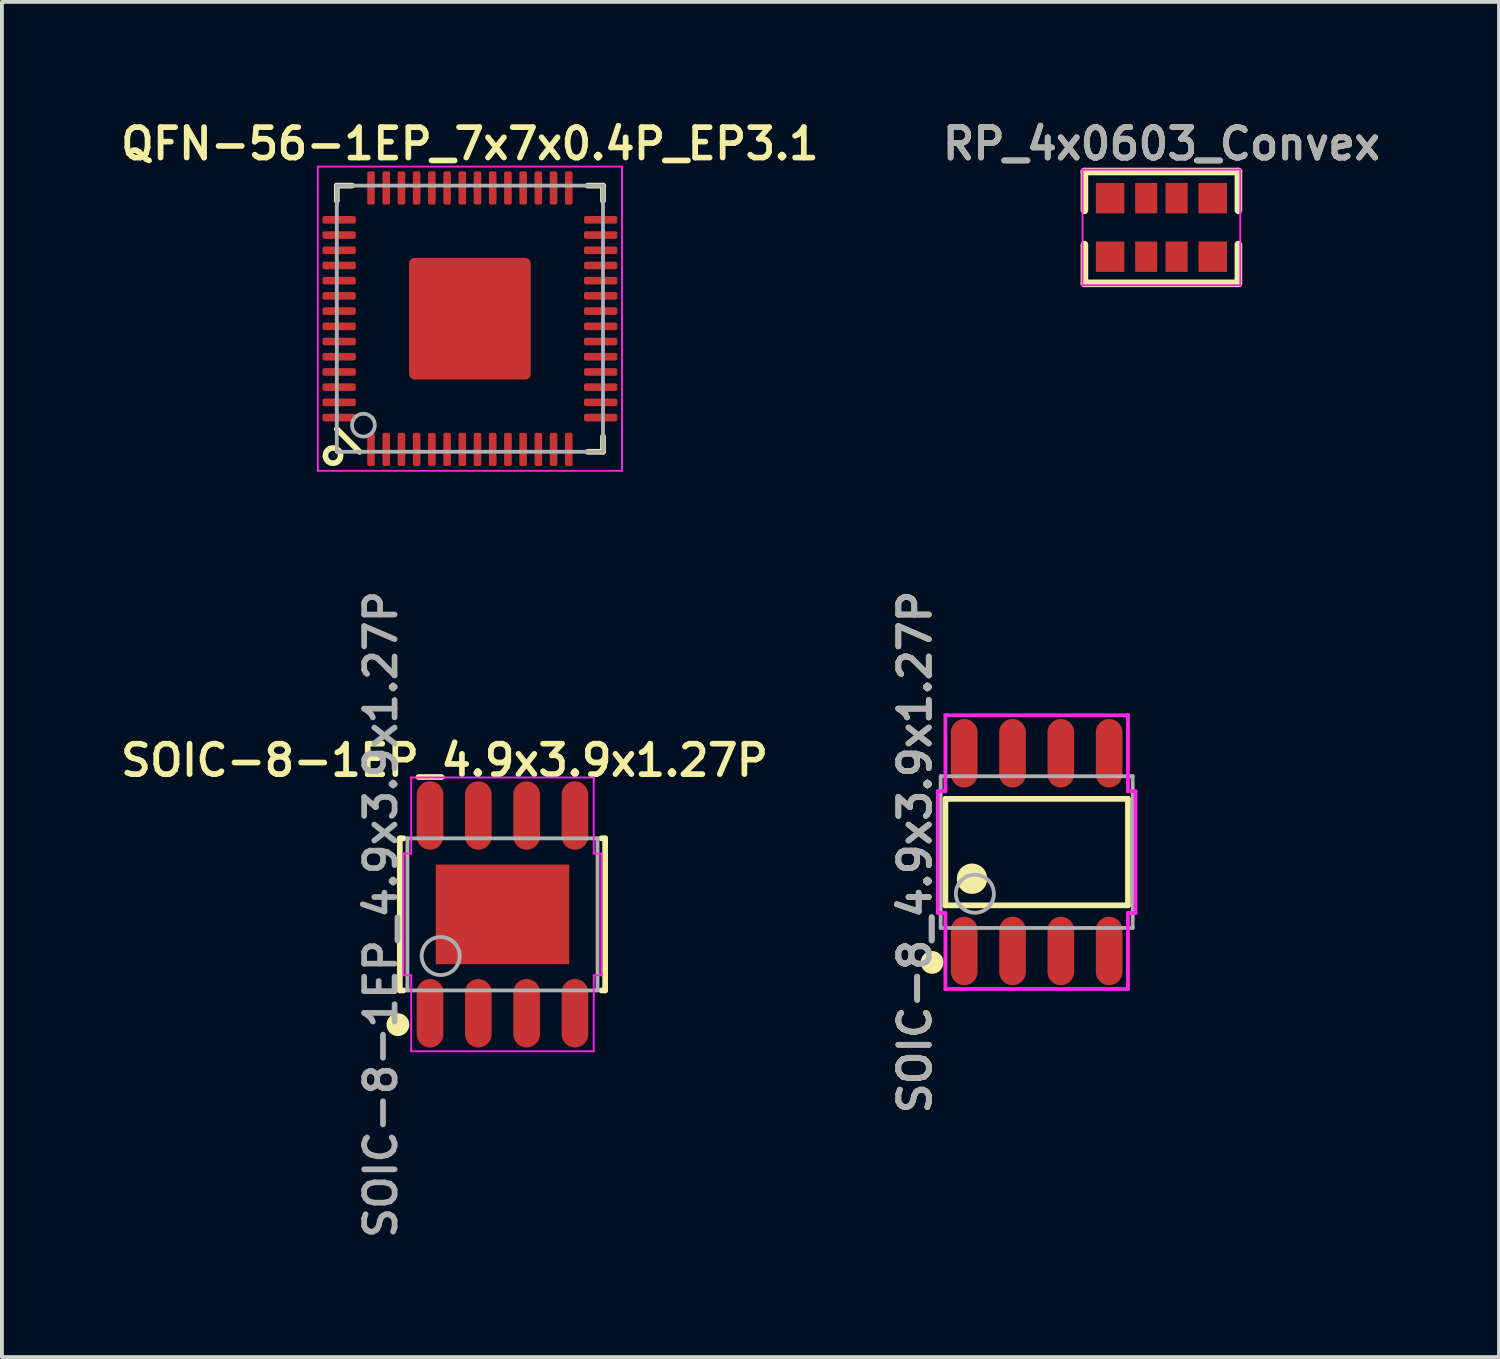
<source format=kicad_pcb>
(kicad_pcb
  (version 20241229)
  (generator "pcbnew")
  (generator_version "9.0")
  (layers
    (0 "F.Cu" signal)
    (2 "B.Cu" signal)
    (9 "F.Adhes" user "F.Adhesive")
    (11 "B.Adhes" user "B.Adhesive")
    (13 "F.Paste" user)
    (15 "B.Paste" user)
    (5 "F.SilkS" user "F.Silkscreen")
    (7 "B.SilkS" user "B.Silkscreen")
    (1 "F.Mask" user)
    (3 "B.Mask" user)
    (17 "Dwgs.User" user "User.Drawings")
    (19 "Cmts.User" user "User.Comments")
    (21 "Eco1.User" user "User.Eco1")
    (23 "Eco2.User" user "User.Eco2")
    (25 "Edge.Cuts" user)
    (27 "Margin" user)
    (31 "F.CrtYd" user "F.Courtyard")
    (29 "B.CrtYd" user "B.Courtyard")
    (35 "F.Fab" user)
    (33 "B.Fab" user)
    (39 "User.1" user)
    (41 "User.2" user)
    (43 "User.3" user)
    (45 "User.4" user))
  (footprint "SOIC-8_4.9x3.9x1.27P"
    (layer "F.Cu")
    (at 24.212 19.358)
    (property "Reference" "SOIC-8_4.9x3.9x1.27P" (at -3.2 0 90) (layer "F.SilkS") (effects (font (size 0.8 0.8) (thickness 0.15))))
    (attr through_hole)
    (fp_line (start -2.4 -1.4) (end 2.4 -1.4) (stroke (width 0.15) (type solid)) (layer "F.SilkS"))
    (fp_line (start -2.4 1.4) (end -2.4 -1.4) (stroke (width 0.15) (type solid)) (layer "F.SilkS"))
    (fp_line (start -2.4 1.4) (end 2.4 1.4) (stroke (width 0.15) (type solid)) (layer "F.SilkS"))
    (fp_line (start 2.4 1.4) (end 2.4 -1.4) (stroke (width 0.15) (type solid)) (layer "F.SilkS"))
    (fp_circle (center -2.75 2.9) (end -2.6 2.9) (stroke (width 0.3) (type solid)) (fill no) (layer "F.SilkS"))
    (fp_circle (center -1.7 0.7) (end -1.5 0.7) (stroke (width 0.4) (type solid)) (fill no) (layer "F.SilkS"))
    (fp_line (start -2.6 -1.6) (end -2.6 1.6) (stroke (width 0.1) (type solid)) (layer "F.CrtYd"))
    (fp_line (start -2.6 1.6) (end -2.4 1.6) (stroke (width 0.1) (type solid)) (layer "F.CrtYd"))
    (fp_line (start -2.4 -3.6) (end -2.4 -1.6) (stroke (width 0.1) (type solid)) (layer "F.CrtYd"))
    (fp_line (start -2.4 -1.6) (end -2.6 -1.6) (stroke (width 0.1) (type solid)) (layer "F.CrtYd"))
    (fp_line (start -2.4 1.6) (end -2.4 3.6) (stroke (width 0.1) (type solid)) (layer "F.CrtYd"))
    (fp_line (start -2.4 3.6) (end 2.4 3.6) (stroke (width 0.1) (type solid)) (layer "F.CrtYd"))
    (fp_line (start 2.4 -3.6) (end -2.4 -3.6) (stroke (width 0.1) (type solid)) (layer "F.CrtYd"))
    (fp_line (start 2.4 -1.6) (end 2.4 -3.6) (stroke (width 0.1) (type solid)) (layer "F.CrtYd"))
    (fp_line (start 2.4 1.6) (end 2.6 1.6) (stroke (width 0.1) (type solid)) (layer "F.CrtYd"))
    (fp_line (start 2.4 3.6) (end 2.4 1.6) (stroke (width 0.1) (type solid)) (layer "F.CrtYd"))
    (fp_line (start 2.6 -1.6) (end 2.4 -1.6) (stroke (width 0.1) (type solid)) (layer "F.CrtYd"))
    (fp_line (start 2.6 1.6) (end 2.6 -1.6) (stroke (width 0.1) (type solid)) (layer "F.CrtYd"))
    (fp_line (start -2.525 -1.995) (end 2.525 -1.995) (stroke (width 0.1) (type solid)) (layer "F.Fab"))
    (fp_line (start -2.525 1.995) (end -2.525 -1.995) (stroke (width 0.1) (type solid)) (layer "F.Fab"))
    (fp_line (start -2.525 1.995) (end 2.525 1.995) (stroke (width 0.1) (type solid)) (layer "F.Fab"))
    (fp_line (start 2.525 1.995) (end 2.525 -1.995) (stroke (width 0.1) (type solid)) (layer "F.Fab"))
    (fp_circle (center -1.625 1.095) (end -1.125 1.095) (stroke (width 0.1) (type solid)) (fill no) (layer "F.Fab"))
    (fp_text user "${REFERENCE}" (at -3.2 0 90) (layer "F.Fab") (effects (font (size 0.8 0.8) (thickness 0.15))))
    (pad "1" smd oval (at -1.905 2.6 180) (size 0.7 1.8) (layers "F.Cu" "F.Mask" "F.Paste"))
    (pad "2" smd oval (at -0.635 2.6 180) (size 0.7 1.8) (layers "F.Cu" "F.Mask" "F.Paste"))
    (pad "3" smd oval (at 0.635 2.6 180) (size 0.7 1.8) (layers "F.Cu" "F.Mask" "F.Paste"))
    (pad "4" smd oval (at 1.905 2.6 180) (size 0.7 1.8) (layers "F.Cu" "F.Mask" "F.Paste"))
    (pad "5" smd oval (at 1.905 -2.6 180) (size 0.7 1.8) (layers "F.Cu" "F.Mask" "F.Paste"))
    (pad "6" smd oval (at 0.635 -2.6 180) (size 0.7 1.8) (layers "F.Cu" "F.Mask" "F.Paste"))
    (pad "7" smd oval (at -0.635 -2.6 180) (size 0.7 1.8) (layers "F.Cu" "F.Mask" "F.Paste"))
    (pad "8" smd oval (at -1.905 -2.6 180) (size 0.7 1.8) (layers "F.Cu" "F.Mask" "F.Paste")))
  (footprint "QFN-56-1EP_7x7x0.4P_EP3.1"
    (layer "F.Cu")
    (at 9.307 5.331)
    (property "Reference" "QFN-56-1EP_7x7x0.4P_EP3.1" (at 0 -4.6 0) (layer "F.SilkS") (effects (font (size 0.8 0.8) (thickness 0.15))))
    (attr through_hole)
    (fp_line (start -3.5 -3.5) (end -3.5 -3.1) (stroke (width 0.15) (type solid)) (layer "F.SilkS"))
    (fp_line (start -3.5 -3.5) (end -3.1 -3.5) (stroke (width 0.15) (type solid)) (layer "F.SilkS"))
    (fp_line (start -2.9 3.5) (end -3.5 2.9) (stroke (width 0.15) (type solid)) (layer "F.SilkS"))
    (fp_line (start 3.5 -3.5) (end 3.1 -3.5) (stroke (width 0.15) (type solid)) (layer "F.SilkS"))
    (fp_line (start 3.5 -3.5) (end 3.5 -3.1) (stroke (width 0.15) (type solid)) (layer "F.SilkS"))
    (fp_line (start 3.5 3.5) (end 3.1 3.5) (stroke (width 0.15) (type solid)) (layer "F.SilkS"))
    (fp_line (start 3.5 3.5) (end 3.5 3.1) (stroke (width 0.15) (type solid)) (layer "F.SilkS"))
    (fp_circle (center -3.6 3.6) (end -3.6 3.4) (stroke (width 0.15) (type solid)) (fill no) (layer "F.SilkS"))
    (fp_line (start -4 -4) (end -4 4) (stroke (width 0.05) (type solid)) (layer "F.CrtYd"))
    (fp_line (start -4 4) (end 4 4) (stroke (width 0.05) (type solid)) (layer "F.CrtYd"))
    (fp_line (start 4 -4) (end -4 -4) (stroke (width 0.05) (type solid)) (layer "F.CrtYd"))
    (fp_line (start 4 4) (end 4 -4) (stroke (width 0.05) (type solid)) (layer "F.CrtYd"))
    (fp_line (start -3.5 -3.5) (end -3.5 3.5) (stroke (width 0.1) (type solid)) (layer "F.Fab"))
    (fp_line (start -3.5 3.5) (end 3.5 3.5) (stroke (width 0.1) (type solid)) (layer "F.Fab"))
    (fp_line (start 3.5 -3.5) (end -3.5 -3.5) (stroke (width 0.1) (type solid)) (layer "F.Fab"))
    (fp_line (start 3.5 3.5) (end 3.5 -3.5) (stroke (width 0.1) (type solid)) (layer "F.Fab"))
    (fp_circle (center -2.8 2.8) (end -2.8 2.5) (stroke (width 0.1) (type solid)) (fill no) (layer "F.Fab"))
    (pad "1" smd roundrect (at -2.6 3.438 180) (size 0.2 0.875) (layers "F.Cu" "F.Mask" "F.Paste") (roundrect_rratio 0.25))
    (pad "2" smd roundrect (at -2.2 3.438 180) (size 0.2 0.875) (layers "F.Cu" "F.Mask" "F.Paste") (roundrect_rratio 0.25))
    (pad "3" smd roundrect (at -1.8 3.438 180) (size 0.2 0.875) (layers "F.Cu" "F.Mask" "F.Paste") (roundrect_rratio 0.25))
    (pad "4" smd roundrect (at -1.4 3.438 180) (size 0.2 0.875) (layers "F.Cu" "F.Mask" "F.Paste") (roundrect_rratio 0.25))
    (pad "5" smd roundrect (at -1 3.438 180) (size 0.2 0.875) (layers "F.Cu" "F.Mask" "F.Paste") (roundrect_rratio 0.25))
    (pad "6" smd roundrect (at -0.6 3.438 180) (size 0.2 0.875) (layers "F.Cu" "F.Mask" "F.Paste") (roundrect_rratio 0.25))
    (pad "7" smd roundrect (at -0.2 3.438 180) (size 0.2 0.875) (layers "F.Cu" "F.Mask" "F.Paste") (roundrect_rratio 0.25))
    (pad "8" smd roundrect (at 0.2 3.438 180) (size 0.2 0.875) (layers "F.Cu" "F.Mask" "F.Paste") (roundrect_rratio 0.25))
    (pad "9" smd roundrect (at 0.6 3.438 180) (size 0.2 0.875) (layers "F.Cu" "F.Mask" "F.Paste") (roundrect_rratio 0.25))
    (pad "10" smd roundrect (at 1 3.438 180) (size 0.2 0.875) (layers "F.Cu" "F.Mask" "F.Paste") (roundrect_rratio 0.25))
    (pad "11" smd roundrect (at 1.4 3.438 180) (size 0.2 0.875) (layers "F.Cu" "F.Mask" "F.Paste") (roundrect_rratio 0.25))
    (pad "12" smd roundrect (at 1.8 3.438 180) (size 0.2 0.875) (layers "F.Cu" "F.Mask" "F.Paste") (roundrect_rratio 0.25))
    (pad "13" smd roundrect (at 2.2 3.438 180) (size 0.2 0.875) (layers "F.Cu" "F.Mask" "F.Paste") (roundrect_rratio 0.25))
    (pad "14" smd roundrect (at 2.6 3.438 180) (size 0.2 0.875) (layers "F.Cu" "F.Mask" "F.Paste") (roundrect_rratio 0.25))
    (pad "15" smd roundrect (at 3.438 2.6 90) (size 0.2 0.875) (layers "F.Cu" "F.Mask" "F.Paste") (roundrect_rratio 0.25))
    (pad "16" smd roundrect (at 3.438 2.2 90) (size 0.2 0.875) (layers "F.Cu" "F.Mask" "F.Paste") (roundrect_rratio 0.25))
    (pad "17" smd roundrect (at 3.438 1.8 90) (size 0.2 0.875) (layers "F.Cu" "F.Mask" "F.Paste") (roundrect_rratio 0.25))
    (pad "18" smd roundrect (at 3.438 1.4 90) (size 0.2 0.875) (layers "F.Cu" "F.Mask" "F.Paste") (roundrect_rratio 0.25))
    (pad "19" smd roundrect (at 3.438 1 90) (size 0.2 0.875) (layers "F.Cu" "F.Mask" "F.Paste") (roundrect_rratio 0.25))
    (pad "20" smd roundrect (at 3.438 0.6 90) (size 0.2 0.875) (layers "F.Cu" "F.Mask" "F.Paste") (roundrect_rratio 0.25))
    (pad "21" smd roundrect (at 3.438 0.2 90) (size 0.2 0.875) (layers "F.Cu" "F.Mask" "F.Paste") (roundrect_rratio 0.25))
    (pad "22" smd roundrect (at 3.438 -0.2 90) (size 0.2 0.875) (layers "F.Cu" "F.Mask" "F.Paste") (roundrect_rratio 0.25))
    (pad "23" smd roundrect (at 3.438 -0.6 90) (size 0.2 0.875) (layers "F.Cu" "F.Mask" "F.Paste") (roundrect_rratio 0.25))
    (pad "24" smd roundrect (at 3.438 -1 90) (size 0.2 0.875) (layers "F.Cu" "F.Mask" "F.Paste") (roundrect_rratio 0.25))
    (pad "25" smd roundrect (at 3.438 -1.4 90) (size 0.2 0.875) (layers "F.Cu" "F.Mask" "F.Paste") (roundrect_rratio 0.25))
    (pad "26" smd roundrect (at 3.438 -1.8 90) (size 0.2 0.875) (layers "F.Cu" "F.Mask" "F.Paste") (roundrect_rratio 0.25))
    (pad "27" smd roundrect (at 3.438 -2.2 90) (size 0.2 0.875) (layers "F.Cu" "F.Mask" "F.Paste") (roundrect_rratio 0.25))
    (pad "28" smd roundrect (at 3.438 -2.6 90) (size 0.2 0.875) (layers "F.Cu" "F.Mask" "F.Paste") (roundrect_rratio 0.25))
    (pad "29" smd roundrect (at 2.6 -3.438 180) (size 0.2 0.875) (layers "F.Cu" "F.Mask" "F.Paste") (roundrect_rratio 0.25))
    (pad "30" smd roundrect (at 2.2 -3.438 180) (size 0.2 0.875) (layers "F.Cu" "F.Mask" "F.Paste") (roundrect_rratio 0.25))
    (pad "31" smd roundrect (at 1.8 -3.438 180) (size 0.2 0.875) (layers "F.Cu" "F.Mask" "F.Paste") (roundrect_rratio 0.25))
    (pad "32" smd roundrect (at 1.4 -3.438 180) (size 0.2 0.875) (layers "F.Cu" "F.Mask" "F.Paste") (roundrect_rratio 0.25))
    (pad "33" smd roundrect (at 1 -3.438 180) (size 0.2 0.875) (layers "F.Cu" "F.Mask" "F.Paste") (roundrect_rratio 0.25))
    (pad "34" smd roundrect (at 0.6 -3.438 180) (size 0.2 0.875) (layers "F.Cu" "F.Mask" "F.Paste") (roundrect_rratio 0.25))
    (pad "35" smd roundrect (at 0.2 -3.438 180) (size 0.2 0.875) (layers "F.Cu" "F.Mask" "F.Paste") (roundrect_rratio 0.25))
    (pad "36" smd roundrect (at -0.2 -3.438 180) (size 0.2 0.875) (layers "F.Cu" "F.Mask" "F.Paste") (roundrect_rratio 0.25))
    (pad "37" smd roundrect (at -0.6 -3.438 180) (size 0.2 0.875) (layers "F.Cu" "F.Mask" "F.Paste") (roundrect_rratio 0.25))
    (pad "38" smd roundrect (at -1 -3.438 180) (size 0.2 0.875) (layers "F.Cu" "F.Mask" "F.Paste") (roundrect_rratio 0.25))
    (pad "39" smd roundrect (at -1.4 -3.438 180) (size 0.2 0.875) (layers "F.Cu" "F.Mask" "F.Paste") (roundrect_rratio 0.25))
    (pad "40" smd roundrect (at -1.8 -3.438 180) (size 0.2 0.875) (layers "F.Cu" "F.Mask" "F.Paste") (roundrect_rratio 0.25))
    (pad "41" smd roundrect (at -2.2 -3.438 180) (size 0.2 0.875) (layers "F.Cu" "F.Mask" "F.Paste") (roundrect_rratio 0.25))
    (pad "42" smd roundrect (at -2.6 -3.438 180) (size 0.2 0.875) (layers "F.Cu" "F.Mask" "F.Paste") (roundrect_rratio 0.25))
    (pad "43" smd roundrect (at -3.438 -2.6 90) (size 0.2 0.875) (layers "F.Cu" "F.Mask" "F.Paste") (roundrect_rratio 0.25))
    (pad "44" smd roundrect (at -3.438 -2.2 90) (size 0.2 0.875) (layers "F.Cu" "F.Mask" "F.Paste") (roundrect_rratio 0.25))
    (pad "45" smd roundrect (at -3.438 -1.8 90) (size 0.2 0.875) (layers "F.Cu" "F.Mask" "F.Paste") (roundrect_rratio 0.25))
    (pad "46" smd roundrect (at -3.438 -1.4 90) (size 0.2 0.875) (layers "F.Cu" "F.Mask" "F.Paste") (roundrect_rratio 0.25))
    (pad "47" smd roundrect (at -3.438 -1 90) (size 0.2 0.875) (layers "F.Cu" "F.Mask" "F.Paste") (roundrect_rratio 0.25))
    (pad "48" smd roundrect (at -3.438 -0.6 90) (size 0.2 0.875) (layers "F.Cu" "F.Mask" "F.Paste") (roundrect_rratio 0.25))
    (pad "49" smd roundrect (at -3.438 -0.2 90) (size 0.2 0.875) (layers "F.Cu" "F.Mask" "F.Paste") (roundrect_rratio 0.25))
    (pad "50" smd roundrect (at -3.438 0.2 90) (size 0.2 0.875) (layers "F.Cu" "F.Mask" "F.Paste") (roundrect_rratio 0.25))
    (pad "51" smd roundrect (at -3.438 0.6 90) (size 0.2 0.875) (layers "F.Cu" "F.Mask" "F.Paste") (roundrect_rratio 0.25))
    (pad "52" smd roundrect (at -3.438 1 90) (size 0.2 0.875) (layers "F.Cu" "F.Mask" "F.Paste") (roundrect_rratio 0.25))
    (pad "53" smd roundrect (at -3.438 1.4 90) (size 0.2 0.875) (layers "F.Cu" "F.Mask" "F.Paste") (roundrect_rratio 0.25))
    (pad "54" smd roundrect (at -3.438 1.8 90) (size 0.2 0.875) (layers "F.Cu" "F.Mask" "F.Paste") (roundrect_rratio 0.25))
    (pad "55" smd roundrect (at -3.438 2.2 90) (size 0.2 0.875) (layers "F.Cu" "F.Mask" "F.Paste") (roundrect_rratio 0.25))
    (pad "56" smd roundrect (at -3.438 2.6 90) (size 0.2 0.875) (layers "F.Cu" "F.Mask" "F.Paste") (roundrect_rratio 0.25))
    (pad "57" smd roundrect (at 0.00001 0) (size 3.2 3.2) (layers "F.Cu" "F.Mask" "F.Paste") (roundrect_rratio 0.045)))
  (footprint "SOIC-8-1EP_4.9x3.9x1.27P"
    (layer "F.Cu")
    (at 10.164 20.996)
    (property "Reference" "SOIC-8-1EP_4.9x3.9x1.27P" (at -1.524 -4.051 0) (layer "F.SilkS") (effects (font (size 0.8 0.8) (thickness 0.15))))
    (attr through_hole)
    (fp_line (start -2.7 -2) (end -2.7 2) (stroke (width 0.15) (type solid)) (layer "F.SilkS"))
    (fp_line (start -2.7 2) (end -2.6 2) (stroke (width 0.15) (type solid)) (layer "F.SilkS"))
    (fp_line (start -2.6 -2) (end -2.7 -2) (stroke (width 0.15) (type solid)) (layer "F.SilkS"))
    (fp_line (start 2.6 2) (end 2.7 2) (stroke (width 0.15) (type solid)) (layer "F.SilkS"))
    (fp_line (start 2.7 -2) (end 2.6 -2) (stroke (width 0.15) (type solid)) (layer "F.SilkS"))
    (fp_line (start 2.7 2) (end 2.7 -2) (stroke (width 0.15) (type solid)) (layer "F.SilkS"))
    (fp_circle (center -2.75 2.9) (end -2.6 2.9) (stroke (width 0.3) (type solid)) (fill no) (layer "F.SilkS"))
    (fp_line (start -2.6 -1.6) (end -2.6 1.6) (stroke (width 0.05) (type solid)) (layer "F.CrtYd"))
    (fp_line (start -2.6 1.6) (end -2.4 1.6) (stroke (width 0.05) (type solid)) (layer "F.CrtYd"))
    (fp_line (start -2.4 -3.6) (end -2.4 -1.6) (stroke (width 0.05) (type solid)) (layer "F.CrtYd"))
    (fp_line (start -2.4 -1.6) (end -2.6 -1.6) (stroke (width 0.05) (type solid)) (layer "F.CrtYd"))
    (fp_line (start -2.4 1.6) (end -2.4 3.6) (stroke (width 0.05) (type solid)) (layer "F.CrtYd"))
    (fp_line (start -2.4 3.6) (end 2.4 3.6) (stroke (width 0.05) (type solid)) (layer "F.CrtYd"))
    (fp_line (start 2.4 -3.6) (end -2.4 -3.6) (stroke (width 0.05) (type solid)) (layer "F.CrtYd"))
    (fp_line (start 2.4 -1.6) (end 2.4 -3.6) (stroke (width 0.05) (type solid)) (layer "F.CrtYd"))
    (fp_line (start 2.4 1.6) (end 2.6 1.6) (stroke (width 0.05) (type solid)) (layer "F.CrtYd"))
    (fp_line (start 2.4 3.6) (end 2.4 1.6) (stroke (width 0.05) (type solid)) (layer "F.CrtYd"))
    (fp_line (start 2.6 -1.6) (end 2.4 -1.6) (stroke (width 0.05) (type solid)) (layer "F.CrtYd"))
    (fp_line (start 2.6 1.6) (end 2.6 -1.6) (stroke (width 0.05) (type solid)) (layer "F.CrtYd"))
    (fp_line (start -2.5 -2) (end 2.5 -2) (stroke (width 0.1) (type solid)) (layer "F.Fab"))
    (fp_line (start -2.5 2) (end -2.5 -2) (stroke (width 0.1) (type solid)) (layer "F.Fab"))
    (fp_line (start 2.5 2) (end -2.5 2) (stroke (width 0.1) (type solid)) (layer "F.Fab"))
    (fp_line (start 2.5 2) (end 2.5 -2) (stroke (width 0.1) (type solid)) (layer "F.Fab"))
    (fp_circle (center -1.625 1.095) (end -1.125 1.095) (stroke (width 0.1) (type solid)) (fill no) (layer "F.Fab"))
    (fp_text user "${REFERENCE}" (at -3.2 0 90) (layer "F.Fab") (effects (font (size 0.8 0.8) (thickness 0.15))))
    (pad "1" smd oval (at -1.905 2.6 180) (size 0.7 1.8) (layers "F.Cu" "F.Mask" "F.Paste"))
    (pad "2" smd oval (at -0.635 2.6 180) (size 0.7 1.8) (layers "F.Cu" "F.Mask" "F.Paste"))
    (pad "3" smd oval (at 0.635 2.6 180) (size 0.7 1.8) (layers "F.Cu" "F.Mask" "F.Paste"))
    (pad "4" smd oval (at 1.905 2.6 180) (size 0.7 1.8) (layers "F.Cu" "F.Mask" "F.Paste"))
    (pad "5" smd oval (at 1.905 -2.6 180) (size 0.7 1.8) (layers "F.Cu" "F.Mask" "F.Paste"))
    (pad "6" smd oval (at 0.635 -2.6 180) (size 0.7 1.8) (layers "F.Cu" "F.Mask" "F.Paste"))
    (pad "7" smd oval (at -0.635 -2.6 180) (size 0.7 1.8) (layers "F.Cu" "F.Mask" "F.Paste"))
    (pad "8" smd oval (at -1.905 -2.6 180) (size 0.7 1.8) (layers "F.Cu" "F.Mask" "F.Paste"))
    (pad "9" smd rect (at 0 0 180) (size 3.51 2.62) (layers "F.Cu" "F.Mask" "F.Paste")))
  (footprint "RP_4x0603_Convex"
    (layer "F.Cu")
    (at 27.492 2.931)
    (property "Reference" "RP_4x0603_Convex" (at 0 -2.2 0) (layer "F.SilkS") (effects (font (size 0.8 0.8) (thickness 0.15))))
    (attr smd)
    (fp_line (start -2.025 -1.47) (end 2.025 -1.47) (stroke (width 0.2) (type solid)) (layer "F.SilkS"))
    (fp_line (start -2.025 -0.45) (end -2.025 -1.47) (stroke (width 0.2) (type solid)) (layer "F.SilkS"))
    (fp_line (start -2.025 1.47) (end -2.025 0.45) (stroke (width 0.2) (type solid)) (layer "F.SilkS"))
    (fp_line (start -2.025 1.47) (end 2.025 1.47) (stroke (width 0.2) (type solid)) (layer "F.SilkS"))
    (fp_line (start 2.025 -0.45) (end 2.025 -1.47) (stroke (width 0.2) (type solid)) (layer "F.SilkS"))
    (fp_line (start 2.025 1.47) (end 2.025 0.45) (stroke (width 0.2) (type solid)) (layer "F.SilkS"))
    (fp_line (start -2.075 -1.52) (end 2.075 -1.52) (stroke (width 0.05) (type solid)) (layer "F.CrtYd"))
    (fp_line (start -2.075 1.52) (end -2.075 -1.52) (stroke (width 0.05) (type solid)) (layer "F.CrtYd"))
    (fp_line (start 2.075 -1.52) (end 2.075 1.52) (stroke (width 0.05) (type solid)) (layer "F.CrtYd"))
    (fp_line (start 2.075 1.52) (end -2.075 1.52) (stroke (width 0.05) (type solid)) (layer "F.CrtYd"))
    (fp_text user "${REFERENCE}" (at 0 -2.2 0) (layer "F.Fab") (effects (font (size 0.8 0.8) (thickness 0.15))))
    (pad "1" smd rect (at -1.35 0.77 90) (size 0.8 0.75) (layers "F.Cu" "F.Mask" "F.Paste"))
    (pad "2" smd rect (at -0.4 0.77 90) (size 0.8 0.58) (layers "F.Cu" "F.Mask" "F.Paste"))
    (pad "3" smd rect (at 0.4 0.77 90) (size 0.8 0.58) (layers "F.Cu" "F.Mask" "F.Paste"))
    (pad "4" smd rect (at 1.35 0.77 90) (size 0.8 0.75) (layers "F.Cu" "F.Mask" "F.Paste"))
    (pad "5" smd rect (at 1.35 -0.77 90) (size 0.8 0.75) (layers "F.Cu" "F.Mask" "F.Paste"))
    (pad "6" smd rect (at 0.4 -0.77 90) (size 0.8 0.58) (layers "F.Cu" "F.Mask" "F.Paste"))
    (pad "7" smd rect (at -0.4 -0.77 90) (size 0.8 0.58) (layers "F.Cu" "F.Mask" "F.Paste"))
    (pad "8" smd rect (at -1.35 -0.77 90) (size 0.8 0.75) (layers "F.Cu" "F.Mask" "F.Paste")))
  (gr_rect
    (start -3 -3)
    (end 36.37 32.637)
    (stroke (width 0.1) (type default))
    (fill no)
    (layer "Edge.Cuts")))
</source>
